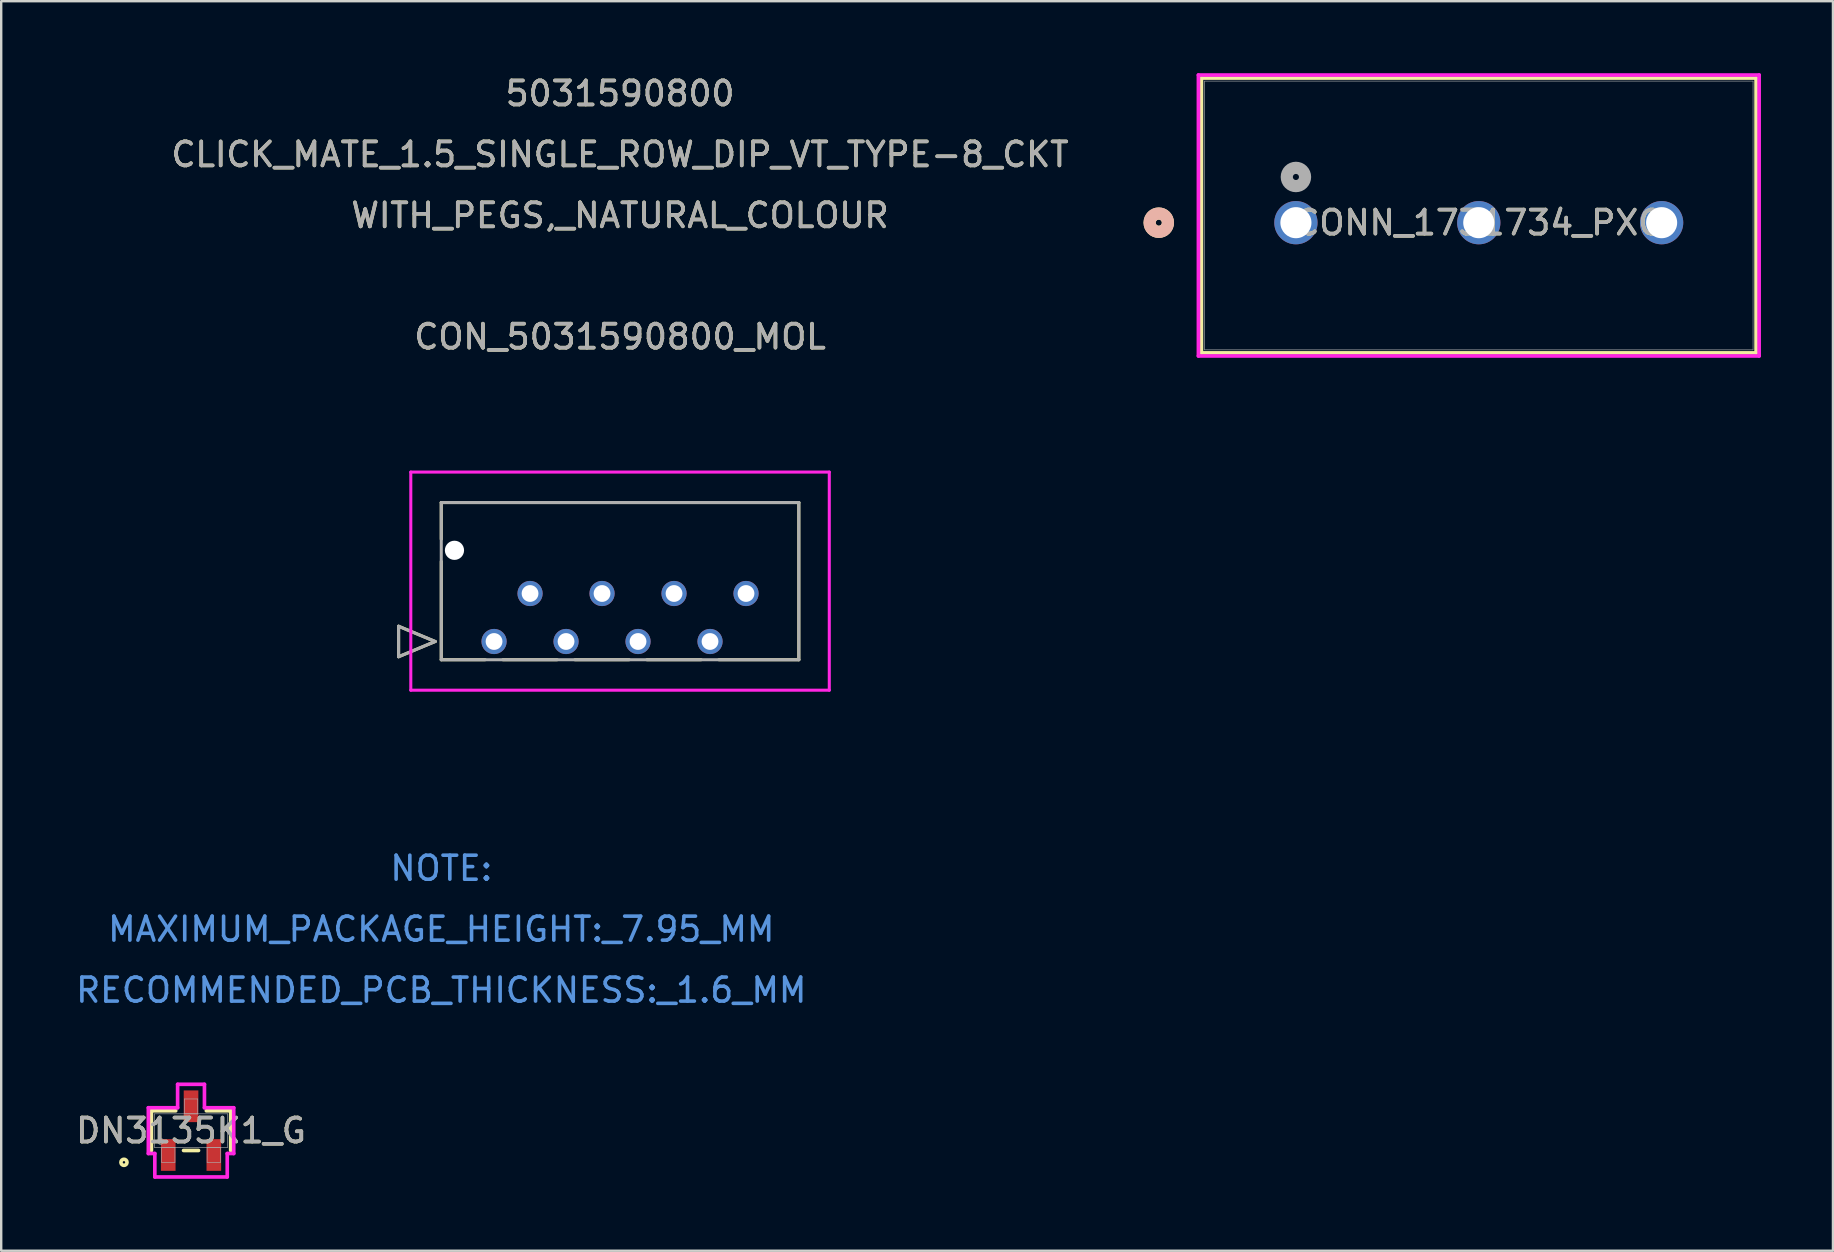
<source format=kicad_pcb>
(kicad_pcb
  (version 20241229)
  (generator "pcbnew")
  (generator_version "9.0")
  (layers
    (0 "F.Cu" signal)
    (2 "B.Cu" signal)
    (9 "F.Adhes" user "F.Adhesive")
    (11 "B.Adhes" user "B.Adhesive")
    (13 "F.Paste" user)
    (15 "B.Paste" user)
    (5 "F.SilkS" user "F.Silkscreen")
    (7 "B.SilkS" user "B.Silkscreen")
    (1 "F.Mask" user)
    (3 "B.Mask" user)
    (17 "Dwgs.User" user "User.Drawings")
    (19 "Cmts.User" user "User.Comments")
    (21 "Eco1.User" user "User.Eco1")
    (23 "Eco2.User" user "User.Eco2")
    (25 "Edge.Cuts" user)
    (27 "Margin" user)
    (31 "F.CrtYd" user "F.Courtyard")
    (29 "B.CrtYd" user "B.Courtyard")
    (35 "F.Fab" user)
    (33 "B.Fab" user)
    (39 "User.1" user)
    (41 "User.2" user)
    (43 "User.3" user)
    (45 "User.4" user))
  (footprint "DN3135K1_G"
    (layer "F.Cu")
    (at 4.911 44.067)
    (property "Reference" "DN3135K1_G" (at 0 0 0) (unlocked yes) (layer "F.SilkS") (effects (font (size 1 1) (thickness 0.15))))
    (attr smd)
    (fp_line (start -1.652 -0.827) (end -1.652 0.827) (stroke (width 0.152) (type solid)) (layer "F.SilkS"))
    (fp_line (start -0.638 -0.827) (end -1.652 -0.827) (stroke (width 0.152) (type solid)) (layer "F.SilkS"))
    (fp_line (start -0.312 0.827) (end 0.312 0.827) (stroke (width 0.152) (type solid)) (layer "F.SilkS"))
    (fp_line (start 1.652 -0.827) (end 0.638 -0.827) (stroke (width 0.152) (type solid)) (layer "F.SilkS"))
    (fp_line (start 1.652 0.827) (end 1.652 -0.827) (stroke (width 0.152) (type solid)) (layer "F.SilkS"))
    (fp_circle (center -2.795 1.32) (end -2.668 1.32) (stroke (width 0.152) (type solid)) (fill no) (layer "F.SilkS"))
    (fp_line (start -1.779 -0.954) (end -0.559 -0.954) (stroke (width 0.152) (type solid)) (layer "F.CrtYd"))
    (fp_line (start -1.779 0.954) (end -1.779 -0.954) (stroke (width 0.152) (type solid)) (layer "F.CrtYd"))
    (fp_line (start -1.779 0.954) (end -1.509 0.954) (stroke (width 0.152) (type solid)) (layer "F.CrtYd"))
    (fp_line (start -1.509 0.954) (end -1.509 1.93) (stroke (width 0.152) (type solid)) (layer "F.CrtYd"))
    (fp_line (start -1.509 1.93) (end 1.509 1.93) (stroke (width 0.152) (type solid)) (layer "F.CrtYd"))
    (fp_line (start -0.559 -1.93) (end 0.559 -1.93) (stroke (width 0.152) (type solid)) (layer "F.CrtYd"))
    (fp_line (start -0.559 -0.954) (end -0.559 -1.93) (stroke (width 0.152) (type solid)) (layer "F.CrtYd"))
    (fp_line (start 0.559 -0.954) (end 0.559 -1.93) (stroke (width 0.152) (type solid)) (layer "F.CrtYd"))
    (fp_line (start 1.509 0.954) (end 1.509 1.93) (stroke (width 0.152) (type solid)) (layer "F.CrtYd"))
    (fp_line (start 1.779 -0.954) (end 0.559 -0.954) (stroke (width 0.152) (type solid)) (layer "F.CrtYd"))
    (fp_line (start 1.779 -0.954) (end 1.779 0.954) (stroke (width 0.152) (type solid)) (layer "F.CrtYd"))
    (fp_line (start 1.779 0.954) (end 1.509 0.954) (stroke (width 0.152) (type solid)) (layer "F.CrtYd"))
    (fp_line (start -1.525 -0.7) (end -1.525 0.7) (stroke (width 0.025) (type solid)) (layer "F.Fab"))
    (fp_line (start -1.525 0.7) (end 1.525 0.7) (stroke (width 0.025) (type solid)) (layer "F.Fab"))
    (fp_line (start -1.229 0.7) (end -1.229 1.32) (stroke (width 0.025) (type solid)) (layer "F.Fab"))
    (fp_line (start -1.229 1.32) (end -0.671 1.32) (stroke (width 0.025) (type solid)) (layer "F.Fab"))
    (fp_line (start -0.671 0.7) (end -1.229 0.7) (stroke (width 0.025) (type solid)) (layer "F.Fab"))
    (fp_line (start -0.671 1.32) (end -0.671 0.7) (stroke (width 0.025) (type solid)) (layer "F.Fab"))
    (fp_line (start -0.279 -1.32) (end -0.279 -0.7) (stroke (width 0.025) (type solid)) (layer "F.Fab"))
    (fp_line (start -0.279 -0.7) (end 0.279 -0.7) (stroke (width 0.025) (type solid)) (layer "F.Fab"))
    (fp_line (start 0.279 -1.32) (end -0.279 -1.32) (stroke (width 0.025) (type solid)) (layer "F.Fab"))
    (fp_line (start 0.279 -0.7) (end 0.279 -1.32) (stroke (width 0.025) (type solid)) (layer "F.Fab"))
    (fp_line (start 0.671 0.7) (end 0.671 1.32) (stroke (width 0.025) (type solid)) (layer "F.Fab"))
    (fp_line (start 0.671 1.32) (end 1.229 1.32) (stroke (width 0.025) (type solid)) (layer "F.Fab"))
    (fp_line (start 1.229 0.7) (end 0.671 0.7) (stroke (width 0.025) (type solid)) (layer "F.Fab"))
    (fp_line (start 1.229 1.32) (end 1.229 0.7) (stroke (width 0.025) (type solid)) (layer "F.Fab"))
    (fp_line (start 1.525 -0.7) (end -1.525 -0.7) (stroke (width 0.025) (type solid)) (layer "F.Fab"))
    (fp_line (start 1.525 0.7) (end 1.525 -0.7) (stroke (width 0.025) (type solid)) (layer "F.Fab"))
    (fp_circle (center -1.271 0.446) (end -1.144 0.446) (stroke (width 0.025) (type solid)) (fill no) (layer "F.Fab"))
    (fp_text user "${REFERENCE}" (at 0 0 0) (unlocked yes) (layer "F.Fab") (effects (font (size 1 1) (thickness 0.15))))
    (pad "1" smd rect (at -0.95 1.015) (size 0.61 1.321) (layers "F.Cu" "F.Mask" "F.Paste"))
    (pad "2" smd rect (at 0.95 1.015) (size 0.61 1.321) (layers "F.Cu" "F.Mask" "F.Paste"))
    (pad "3" smd rect (at 0 -1.015) (size 0.61 1.321) (layers "F.Cu" "F.Mask" "F.Paste")))
  (footprint "CONN_1731734_PXC"
    (layer "F.Cu")
    (at 50.955 6.23)
    (property "Reference" "CONN_1731734_PXC" (at 7.62 0 0) (unlocked yes) (layer "F.SilkS") (effects (font (size 1 1) (thickness 0.15))))
    (attr through_hole)
    (fp_line (start -3.937 -6.027) (end -3.937 5.427) (stroke (width 0.152) (type solid)) (layer "F.SilkS"))
    (fp_line (start -3.937 5.427) (end 19.177 5.427) (stroke (width 0.152) (type solid)) (layer "F.SilkS"))
    (fp_line (start 19.177 -6.027) (end -3.937 -6.027) (stroke (width 0.152) (type solid)) (layer "F.SilkS"))
    (fp_line (start 19.177 5.427) (end 19.177 -6.027) (stroke (width 0.152) (type solid)) (layer "F.SilkS"))
    (fp_circle (center -5.715 0) (end -5.334 0) (stroke (width 0.508) (type solid)) (fill no) (layer "F.SilkS"))
    (fp_circle (center -5.715 0) (end -5.334 0) (stroke (width 0.508) (type solid)) (fill no) (layer "B.SilkS"))
    (fp_line (start -4.064 -6.154) (end -4.064 5.554) (stroke (width 0.152) (type solid)) (layer "F.CrtYd"))
    (fp_line (start -4.064 5.554) (end 19.304 5.554) (stroke (width 0.152) (type solid)) (layer "F.CrtYd"))
    (fp_line (start 19.304 -6.154) (end -4.064 -6.154) (stroke (width 0.152) (type solid)) (layer "F.CrtYd"))
    (fp_line (start 19.304 5.554) (end 19.304 -6.154) (stroke (width 0.152) (type solid)) (layer "F.CrtYd"))
    (fp_line (start -3.81 -5.9) (end -3.81 5.3) (stroke (width 0.025) (type solid)) (layer "F.Fab"))
    (fp_line (start -3.81 5.3) (end 19.05 5.3) (stroke (width 0.025) (type solid)) (layer "F.Fab"))
    (fp_line (start 19.05 -5.9) (end -3.81 -5.9) (stroke (width 0.025) (type solid)) (layer "F.Fab"))
    (fp_line (start 19.05 5.3) (end 19.05 -5.9) (stroke (width 0.025) (type solid)) (layer "F.Fab"))
    (fp_circle (center 0 -1.905) (end 0.381 -1.905) (stroke (width 0.508) (type solid)) (fill no) (layer "F.Fab"))
    (fp_text user "${REFERENCE}" (at 7.62 0 0) (unlocked yes) (layer "F.Fab") (effects (font (size 1 1) (thickness 0.15))))
    (pad "1" thru_hole circle (at 0 0) (size 1.803 1.803) (drill 1.295) (layers "*.Cu" "*.Mask"))
    (pad "2" thru_hole circle (at 7.62 0) (size 1.803 1.803) (drill 1.295) (layers "*.Cu" "*.Mask"))
    (pad "3" thru_hole circle (at 15.24 0) (size 1.803 1.803) (drill 1.295) (layers "*.Cu" "*.Mask")))
  (footprint "CON_5031590800_MOL"
    (layer "F.Cu")
    (at 17.539 23.683)
    (property "Reference" "CON_5031590800_MOL" (at 5.25 -12.7 0) (unlocked yes) (layer "F.SilkS") (effects (font (size 1 1) (thickness 0.15))))
    (attr through_hole)
    (fp_line (start -3.978 -0.635) (end -2.454 0) (stroke (width 0.127) (type solid)) (layer "F.SilkS"))
    (fp_line (start -3.978 0.635) (end -3.978 -0.635) (stroke (width 0.127) (type solid)) (layer "F.SilkS"))
    (fp_line (start -2.454 0) (end -3.978 0.635) (stroke (width 0.127) (type solid)) (layer "F.SilkS"))
    (fp_line (start -2.2 -5.79) (end -2.2 -4.265) (stroke (width 0.127) (type solid)) (layer "F.SilkS"))
    (fp_line (start -2.2 -3.335) (end -2.2 0.76) (stroke (width 0.127) (type solid)) (layer "F.SilkS"))
    (fp_line (start -2.2 0.76) (end -0.369 0.76) (stroke (width 0.127) (type solid)) (layer "F.SilkS"))
    (fp_line (start 0.369 0.76) (end 2.631 0.76) (stroke (width 0.127) (type solid)) (layer "F.SilkS"))
    (fp_line (start 3.369 0.76) (end 5.631 0.76) (stroke (width 0.127) (type solid)) (layer "F.SilkS"))
    (fp_line (start 6.369 0.76) (end 8.631 0.76) (stroke (width 0.127) (type solid)) (layer "F.SilkS"))
    (fp_line (start 9.369 0.76) (end 12.7 0.76) (stroke (width 0.127) (type solid)) (layer "F.SilkS"))
    (fp_line (start 12.7 -5.79) (end -2.2 -5.79) (stroke (width 0.127) (type solid)) (layer "F.SilkS"))
    (fp_line (start 12.7 0.76) (end 12.7 -5.79) (stroke (width 0.127) (type solid)) (layer "F.SilkS"))
    (fp_line (start -3.47 -7.06) (end -3.47 2.03) (stroke (width 0.127) (type solid)) (layer "F.CrtYd"))
    (fp_line (start -3.47 2.03) (end 13.97 2.03) (stroke (width 0.127) (type solid)) (layer "F.CrtYd"))
    (fp_line (start 13.97 -7.06) (end -3.47 -7.06) (stroke (width 0.127) (type solid)) (layer "F.CrtYd"))
    (fp_line (start 13.97 2.03) (end 13.97 -7.06) (stroke (width 0.127) (type solid)) (layer "F.CrtYd"))
    (fp_line (start -3.978 -0.635) (end -2.454 0) (stroke (width 0.127) (type solid)) (layer "F.Fab"))
    (fp_line (start -3.978 0.635) (end -3.978 -0.635) (stroke (width 0.127) (type solid)) (layer "F.Fab"))
    (fp_line (start -2.454 0) (end -3.978 0.635) (stroke (width 0.127) (type solid)) (layer "F.Fab"))
    (fp_line (start -2.2 -5.79) (end -2.2 0.76) (stroke (width 0.127) (type solid)) (layer "F.Fab"))
    (fp_line (start -2.2 0.76) (end 12.7 0.76) (stroke (width 0.127) (type solid)) (layer "F.Fab"))
    (fp_line (start 12.7 -5.79) (end -2.2 -5.79) (stroke (width 0.127) (type solid)) (layer "F.Fab"))
    (fp_line (start 12.7 0.76) (end 12.7 -5.79) (stroke (width 0.127) (type solid)) (layer "F.Fab"))
    (fp_text user "5031590800" (at 5.25 -22.835 0) (unlocked yes) (layer "F.SilkS") (effects (font (size 1 1) (thickness 0.15))))
    (fp_text user "CLICK_MATE_1.5_SINGLE_ROW_DIP_VT_TYPE-8_CKT" (at 5.25 -20.295 0) (unlocked yes) (layer "F.SilkS") (effects (font (size 1 1) (thickness 0.15))))
    (fp_text user "WITH_PEGS,_NATURAL_COLOUR" (at 5.25 -17.755 0) (unlocked yes) (layer "F.SilkS") (effects (font (size 1 1) (thickness 0.15))))
    (fp_text user "RECOMMENDED_PCB_THICKNESS:_1.6_MM" (at -2.2 14.53 0) (unlocked yes) (layer "Cmts.User") (effects (font (size 1 1) (thickness 0.15))))
    (fp_text user "NOTE:" (at -2.2 9.45 0) (unlocked yes) (layer "Cmts.User") (effects (font (size 1 1) (thickness 0.15))))
    (fp_text user "MAXIMUM_PACKAGE_HEIGHT:_7.95_MM" (at -2.2 11.99 0) (unlocked yes) (layer "Cmts.User") (effects (font (size 1 1) (thickness 0.15))))
    (fp_text user "WITH_PEGS,_NATURAL_COLOUR" (at 5.25 -17.755 0) (unlocked yes) (layer "F.Fab") (effects (font (size 1 1) (thickness 0.15))))
    (fp_text user "${REFERENCE}" (at 5.25 -12.7 0) (unlocked yes) (layer "F.Fab") (effects (font (size 1 1) (thickness 0.15))))
    (fp_text user "5031590800" (at 5.25 -22.835 0) (unlocked yes) (layer "F.Fab") (effects (font (size 1 1) (thickness 0.15))))
    (fp_text user "CLICK_MATE_1.5_SINGLE_ROW_DIP_VT_TYPE-8_CKT" (at 5.25 -20.295 0) (unlocked yes) (layer "F.Fab") (effects (font (size 1 1) (thickness 0.15))))
    (pad "" np_thru_hole circle (at -1.65 -3.8) (size 0.8 0.8) (drill 0.8) (layers "*.Cu" "*.Mask"))
    (pad "1" thru_hole circle (at 0 0 90) (size 1.05 1.05) (drill 0.7) (layers "*.Cu" "*.Mask"))
    (pad "2" thru_hole circle (at 1.5 -2 90) (size 1.05 1.05) (drill 0.7) (layers "*.Cu" "*.Mask"))
    (pad "3" thru_hole circle (at 3 0 90) (size 1.05 1.05) (drill 0.7) (layers "*.Cu" "*.Mask"))
    (pad "4" thru_hole circle (at 4.5 -2 90) (size 1.05 1.05) (drill 0.7) (layers "*.Cu" "*.Mask"))
    (pad "5" thru_hole circle (at 6 0 90) (size 1.05 1.05) (drill 0.7) (layers "*.Cu" "*.Mask"))
    (pad "6" thru_hole circle (at 7.5 -2 90) (size 1.05 1.05) (drill 0.7) (layers "*.Cu" "*.Mask"))
    (pad "7" thru_hole circle (at 9 0 90) (size 1.05 1.05) (drill 0.7) (layers "*.Cu" "*.Mask"))
    (pad "8" thru_hole circle (at 10.5 -2 90) (size 1.05 1.05) (drill 0.7) (layers "*.Cu" "*.Mask")))
  (gr_rect
    (start -3 -3)
    (end 73.335 49.073)
    (stroke (width 0.1) (type default))
    (fill no)
    (layer "Edge.Cuts")))
</source>
